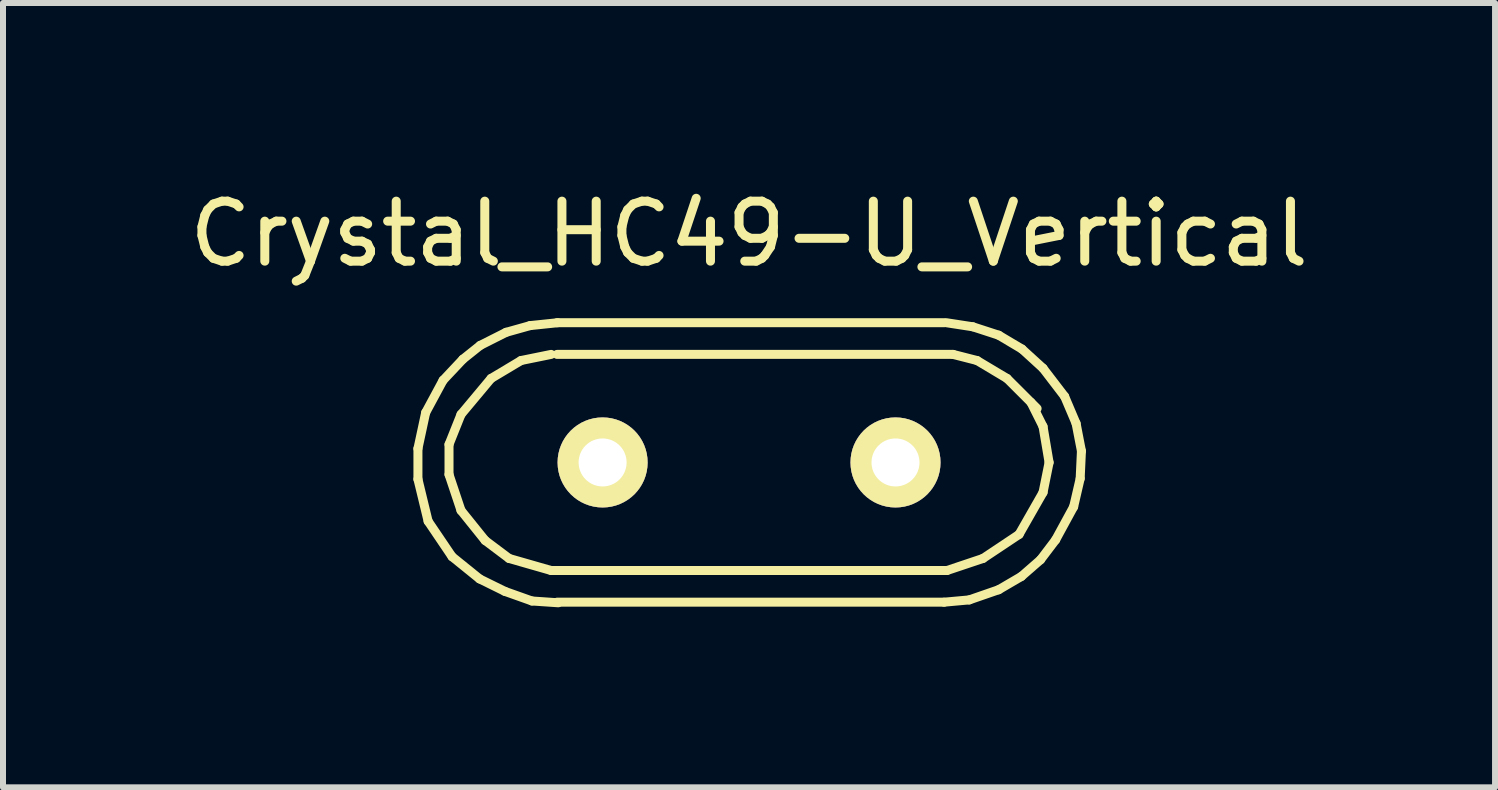
<source format=kicad_pcb>
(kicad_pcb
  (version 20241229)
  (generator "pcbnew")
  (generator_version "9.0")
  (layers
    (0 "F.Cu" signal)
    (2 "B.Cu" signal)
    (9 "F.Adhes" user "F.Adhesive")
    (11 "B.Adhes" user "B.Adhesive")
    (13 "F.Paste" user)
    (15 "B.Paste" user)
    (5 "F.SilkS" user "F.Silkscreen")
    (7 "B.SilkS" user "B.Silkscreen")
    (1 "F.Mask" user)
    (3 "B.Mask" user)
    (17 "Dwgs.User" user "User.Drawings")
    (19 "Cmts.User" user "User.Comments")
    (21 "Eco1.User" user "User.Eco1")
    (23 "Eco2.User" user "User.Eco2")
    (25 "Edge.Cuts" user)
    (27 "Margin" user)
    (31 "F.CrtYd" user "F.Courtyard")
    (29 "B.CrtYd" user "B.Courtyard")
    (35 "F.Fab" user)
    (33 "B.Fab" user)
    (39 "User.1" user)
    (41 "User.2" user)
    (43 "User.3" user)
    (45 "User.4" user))
  (footprint "Crystal_HC49-U_Vertical"
    (layer "F.Cu")
    (at 9.435 4.658)
    (property "Reference" "Crystal_HC49-U_Vertical" (at 0 -3.81 0) (layer "F.SilkS") (effects (font (size 1 1) (thickness 0.15))))
    (attr through_hole)
    (fp_line (start -5.519 -0.231) (end -5.519 0.279) (stroke (width 0.15) (type solid)) (layer "F.SilkS"))
    (fp_line (start -5.519 0.279) (end -5.349 0.98) (stroke (width 0.15) (type solid)) (layer "F.SilkS"))
    (fp_line (start -5.39 -0.831) (end -5.519 -0.231) (stroke (width 0.15) (type solid)) (layer "F.SilkS"))
    (fp_line (start -5.349 0.98) (end -4.95 1.57) (stroke (width 0.15) (type solid)) (layer "F.SilkS"))
    (fp_line (start -5.1 -1.369) (end -5.39 -0.831) (stroke (width 0.15) (type solid)) (layer "F.SilkS"))
    (fp_line (start -5.001 -0.3) (end -4.801 -0.8) (stroke (width 0.15) (type solid)) (layer "F.SilkS"))
    (fp_line (start -5.001 0.201) (end -5.001 -0.3) (stroke (width 0.15) (type solid)) (layer "F.SilkS"))
    (fp_line (start -4.95 1.57) (end -4.491 1.941) (stroke (width 0.15) (type solid)) (layer "F.SilkS"))
    (fp_line (start -4.801 -0.8) (end -4.3 -1.4) (stroke (width 0.15) (type solid)) (layer "F.SilkS"))
    (fp_line (start -4.801 0.8) (end -5.001 0.201) (stroke (width 0.15) (type solid)) (layer "F.SilkS"))
    (fp_line (start -4.77 -1.72) (end -5.1 -1.369) (stroke (width 0.15) (type solid)) (layer "F.SilkS"))
    (fp_line (start -4.491 1.941) (end -4.069 2.149) (stroke (width 0.15) (type solid)) (layer "F.SilkS"))
    (fp_line (start -4.481 -1.951) (end -4.77 -1.72) (stroke (width 0.15) (type solid)) (layer "F.SilkS"))
    (fp_line (start -4.399 1.3) (end -4.801 0.8) (stroke (width 0.15) (type solid)) (layer "F.SilkS"))
    (fp_line (start -4.3 -1.4) (end -3.8 -1.699) (stroke (width 0.15) (type solid)) (layer "F.SilkS"))
    (fp_line (start -4.069 2.149) (end -3.619 2.309) (stroke (width 0.15) (type solid)) (layer "F.SilkS"))
    (fp_line (start -4.049 -2.169) (end -4.481 -1.951) (stroke (width 0.15) (type solid)) (layer "F.SilkS"))
    (fp_line (start -4 1.6) (end -4.399 1.3) (stroke (width 0.15) (type solid)) (layer "F.SilkS"))
    (fp_line (start -3.8 -1.699) (end -3.299 -1.801) (stroke (width 0.15) (type solid)) (layer "F.SilkS"))
    (fp_line (start -3.65 -2.281) (end -4.049 -2.169) (stroke (width 0.15) (type solid)) (layer "F.SilkS"))
    (fp_line (start -3.619 2.309) (end -3.18 2.339) (stroke (width 0.15) (type solid)) (layer "F.SilkS"))
    (fp_line (start -3.299 1.801) (end -4 1.6) (stroke (width 0.15) (type solid)) (layer "F.SilkS"))
    (fp_line (start -3.2 -2.329) (end 3.251 -2.329) (stroke (width 0.15) (type solid)) (layer "F.SilkS"))
    (fp_line (start -3.2 -1.801) (end 3.401 -1.801) (stroke (width 0.15) (type solid)) (layer "F.SilkS"))
    (fp_line (start -3.2 2.329) (end 3.251 2.329) (stroke (width 0.15) (type solid)) (layer "F.SilkS"))
    (fp_line (start -3.19 -2.329) (end -3.65 -2.281) (stroke (width 0.15) (type solid)) (layer "F.SilkS"))
    (fp_line (start 3.251 2.329) (end 3.67 2.291) (stroke (width 0.15) (type solid)) (layer "F.SilkS"))
    (fp_line (start 3.299 1.801) (end -3.299 1.801) (stroke (width 0.15) (type solid)) (layer "F.SilkS"))
    (fp_line (start 3.401 -1.801) (end 3.8 -1.699) (stroke (width 0.15) (type solid)) (layer "F.SilkS"))
    (fp_line (start 3.67 2.291) (end 4.161 2.121) (stroke (width 0.15) (type solid)) (layer "F.SilkS"))
    (fp_line (start 3.731 -2.261) (end 3.289 -2.329) (stroke (width 0.15) (type solid)) (layer "F.SilkS"))
    (fp_line (start 3.8 -1.699) (end 4.3 -1.4) (stroke (width 0.15) (type solid)) (layer "F.SilkS"))
    (fp_line (start 3.899 1.6) (end 3.299 1.801) (stroke (width 0.15) (type solid)) (layer "F.SilkS"))
    (fp_line (start 4.161 -2.121) (end 3.731 -2.261) (stroke (width 0.15) (type solid)) (layer "F.SilkS"))
    (fp_line (start 4.161 2.121) (end 4.539 1.9) (stroke (width 0.15) (type solid)) (layer "F.SilkS"))
    (fp_line (start 4.3 -1.4) (end 4.801 -0.899) (stroke (width 0.15) (type solid)) (layer "F.SilkS"))
    (fp_line (start 4.501 1.199) (end 3.899 1.6) (stroke (width 0.15) (type solid)) (layer "F.SilkS"))
    (fp_line (start 4.539 1.9) (end 4.859 1.621) (stroke (width 0.15) (type solid)) (layer "F.SilkS"))
    (fp_line (start 4.549 -1.89) (end 4.161 -2.121) (stroke (width 0.15) (type solid)) (layer "F.SilkS"))
    (fp_line (start 4.699 -1.001) (end 4.9 -0.599) (stroke (width 0.15) (type solid)) (layer "F.SilkS"))
    (fp_line (start 4.859 1.621) (end 5.11 1.29) (stroke (width 0.15) (type solid)) (layer "F.SilkS"))
    (fp_line (start 4.9 -1.57) (end 4.549 -1.89) (stroke (width 0.15) (type solid)) (layer "F.SilkS"))
    (fp_line (start 4.9 -0.599) (end 5.001 0) (stroke (width 0.15) (type solid)) (layer "F.SilkS"))
    (fp_line (start 4.9 0.5) (end 4.501 1.199) (stroke (width 0.15) (type solid)) (layer "F.SilkS"))
    (fp_line (start 5.001 0) (end 4.9 0.5) (stroke (width 0.15) (type solid)) (layer "F.SilkS"))
    (fp_line (start 5.11 1.29) (end 5.41 0.739) (stroke (width 0.15) (type solid)) (layer "F.SilkS"))
    (fp_line (start 5.26 -1.1) (end 4.9 -1.57) (stroke (width 0.15) (type solid)) (layer "F.SilkS"))
    (fp_line (start 5.41 0.739) (end 5.519 0.269) (stroke (width 0.15) (type solid)) (layer "F.SilkS"))
    (fp_line (start 5.451 -0.65) (end 5.26 -1.1) (stroke (width 0.15) (type solid)) (layer "F.SilkS"))
    (fp_line (start 5.519 0.269) (end 5.54 -0.191) (stroke (width 0.15) (type solid)) (layer "F.SilkS"))
    (fp_line (start 5.54 -0.191) (end 5.451 -0.65) (stroke (width 0.15) (type solid)) (layer "F.SilkS"))
    (pad "1" thru_hole circle (at -2.441 0) (size 1.501 1.501) (drill 0.8) (layers "*.Cu" "*.Mask" "F.SilkS"))
    (pad "3" thru_hole circle (at 2.441 0) (size 1.501 1.501) (drill 0.8) (layers "*.Cu" "*.Mask" "F.SilkS")))
  (gr_rect
    (start -3 -3)
    (end 21.869 10.073)
    (stroke (width 0.1) (type default))
    (fill no)
    (layer "Edge.Cuts")))
</source>
